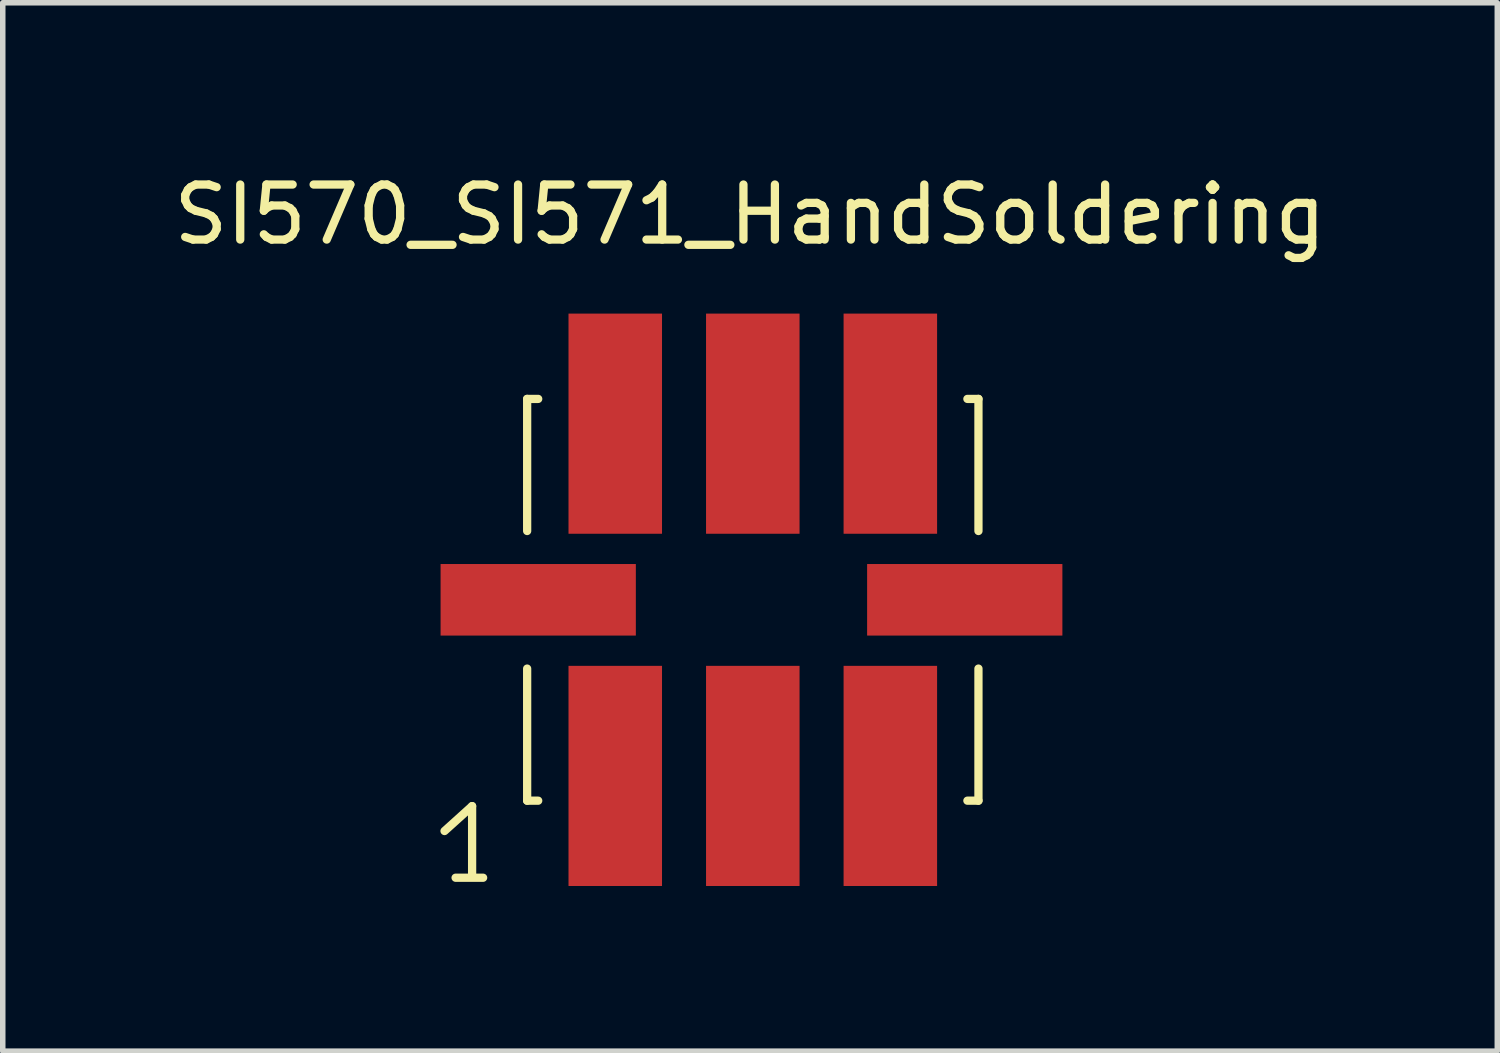
<source format=kicad_pcb>
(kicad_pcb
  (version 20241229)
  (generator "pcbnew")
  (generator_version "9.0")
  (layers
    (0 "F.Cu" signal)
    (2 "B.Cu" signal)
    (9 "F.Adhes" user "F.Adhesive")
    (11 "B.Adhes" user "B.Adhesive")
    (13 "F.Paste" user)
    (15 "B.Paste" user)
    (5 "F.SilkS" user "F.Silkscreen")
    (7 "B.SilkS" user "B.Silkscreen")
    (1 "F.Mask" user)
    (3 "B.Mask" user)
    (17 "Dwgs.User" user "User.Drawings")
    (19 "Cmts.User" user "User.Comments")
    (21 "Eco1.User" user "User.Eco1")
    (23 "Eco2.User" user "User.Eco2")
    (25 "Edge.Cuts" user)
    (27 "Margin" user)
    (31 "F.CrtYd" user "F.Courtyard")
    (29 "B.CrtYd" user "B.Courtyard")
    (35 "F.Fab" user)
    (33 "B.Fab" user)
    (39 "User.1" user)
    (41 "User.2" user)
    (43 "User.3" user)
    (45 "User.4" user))
  (footprint "SI570_SI571_HandSoldering"
    (layer "F.Cu")
    (at 10.628 7.848)
    (property "Reference" "SI570_SI571_HandSoldering" (at -0.051 -7 0) (layer "F.SilkS") (effects (font (size 1 1) (thickness 0.15))))
    (attr smd)
    (fp_line (start -5.601 4.201) (end -5.1 3.749) (stroke (width 0.15) (type solid)) (layer "F.SilkS"))
    (fp_line (start -5.4 5.05) (end -4.9 5.05) (stroke (width 0.15) (type solid)) (layer "F.SilkS"))
    (fp_line (start -5.1 3.749) (end -5.1 5.001) (stroke (width 0.15) (type solid)) (layer "F.SilkS"))
    (fp_line (start -4.1 -3.65) (end -4.1 -1.25) (stroke (width 0.15) (type solid)) (layer "F.SilkS"))
    (fp_line (start -4.1 -3.65) (end -3.899 -3.65) (stroke (width 0.15) (type solid)) (layer "F.SilkS"))
    (fp_line (start -4.1 3.65) (end -4.1 1.25) (stroke (width 0.15) (type solid)) (layer "F.SilkS"))
    (fp_line (start -4.1 3.65) (end -3.899 3.65) (stroke (width 0.15) (type solid)) (layer "F.SilkS"))
    (fp_line (start 4.1 -3.65) (end 3.899 -3.65) (stroke (width 0.15) (type solid)) (layer "F.SilkS"))
    (fp_line (start 4.1 -3.65) (end 4.1 -1.25) (stroke (width 0.15) (type solid)) (layer "F.SilkS"))
    (fp_line (start 4.1 3.65) (end 3.899 3.65) (stroke (width 0.15) (type solid)) (layer "F.SilkS"))
    (fp_line (start 4.1 3.65) (end 4.1 1.25) (stroke (width 0.15) (type solid)) (layer "F.SilkS"))
    (pad "1" smd rect (at -2.499 3.2) (size 1.699 4) (layers "F.Cu" "F.Mask" "F.Paste"))
    (pad "2" smd rect (at 0 3.2) (size 1.699 4) (layers "F.Cu" "F.Mask" "F.Paste"))
    (pad "3" smd rect (at 2.499 3.2) (size 1.699 4) (layers "F.Cu" "F.Mask" "F.Paste"))
    (pad "4" smd rect (at 2.499 -3.2) (size 1.699 4) (layers "F.Cu" "F.Mask" "F.Paste"))
    (pad "5" smd rect (at 0 -3.2) (size 1.699 4) (layers "F.Cu" "F.Mask" "F.Paste"))
    (pad "6" smd rect (at -2.499 -3.2) (size 1.699 4) (layers "F.Cu" "F.Mask" "F.Paste"))
    (pad "7" smd rect (at -3.899 0) (size 3.548 1.3) (layers "F.Cu" "F.Mask" "F.Paste"))
    (pad "8" smd rect (at 3.851 0) (size 3.548 1.3) (layers "F.Cu" "F.Mask" "F.Paste")))
  (gr_rect
    (start -3 -3)
    (end 24.155 16.049)
    (stroke (width 0.1) (type default))
    (fill no)
    (layer "Edge.Cuts")))
</source>
